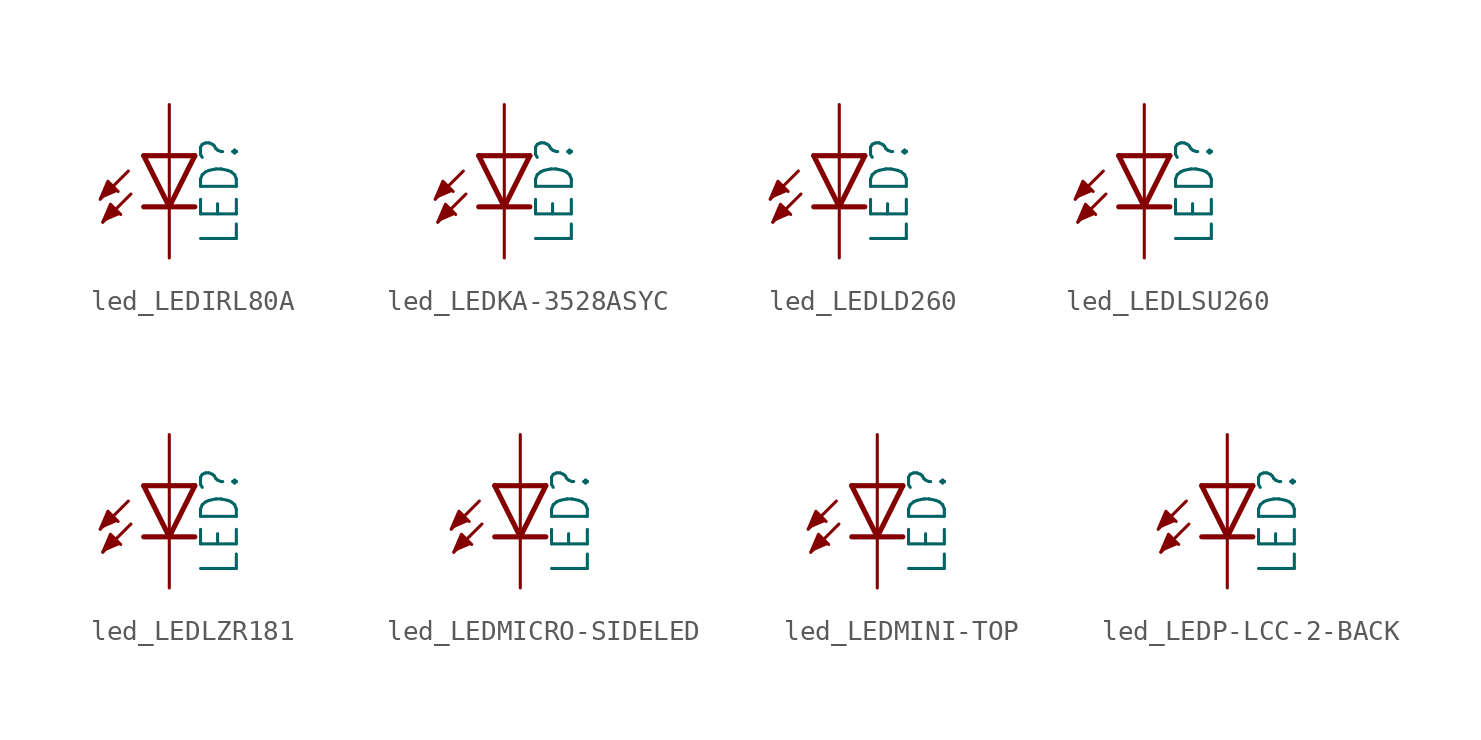
<source format=kicad_sym>
(kicad_symbol_lib
  (version 20231120)
  (generator "kicad_symbol_editor")
  (generator_version "8.0")
  (symbol "led_LEDIRL80A"
    (property "Reference" "LED"
      (at 3.556 -4.572 90)
      (effects (font (size 1.778 1.511)) (justify left bottom)))
    (property "Value" ""
      (at 5.715 -4.572 90)
      (effects (font (size 1.778 1.511)) (justify left bottom)))
    (property "ki_locked" ""
      (at 0 0 0)
      (effects (font (size 1.27 1.27))))
    (symbol "led_LEDIRL80A_1_0"
      (polyline (pts (xy -2.032 -0.762) (xy -3.429 -2.159)) (stroke (width 0.152) (type solid)) (fill (type none)))
      (polyline (pts (xy -1.905 -1.905) (xy -3.302 -3.302)) (stroke (width 0.152) (type solid)) (fill (type none)))
      (polyline (pts (xy 0 -2.54) (xy -1.27 -2.54)) (stroke (width 0.254) (type solid)) (fill (type none)))
      (polyline (pts (xy 0 -2.54) (xy -1.27 0)) (stroke (width 0.254) (type solid)) (fill (type none)))
      (polyline (pts (xy 0 0) (xy -1.27 0)) (stroke (width 0.254) (type solid)) (fill (type none)))
      (polyline (pts (xy 0 0) (xy 0 -2.54)) (stroke (width 0.152) (type solid)) (fill (type none)))
      (polyline (pts (xy 1.27 -2.54) (xy 0 -2.54)) (stroke (width 0.254) (type solid)) (fill (type none)))
      (polyline (pts (xy 1.27 0) (xy 0 -2.54)) (stroke (width 0.254) (type solid)) (fill (type none)))
      (polyline (pts (xy 1.27 0) (xy 0 0)) (stroke (width 0.254) (type solid)) (fill (type none)))
      (polyline (pts (xy -3.429 -2.159) (xy -3.048 -1.27) (xy -2.54 -1.778)) (stroke (width 0.152) (type solid)) (fill (type outline)))
      (polyline (pts (xy -3.302 -3.302) (xy -2.921 -2.413) (xy -2.413 -2.921)) (stroke (width 0.152) (type solid)) (fill (type outline)))
      (pin passive line (at 0 2.54 270) (length 2.54) (name "A" (effects (font (size 0 0)))) (number "A" (effects (font (size 0 0)))))
      (pin passive line (at 0 -5.08 90) (length 2.54) (name "C" (effects (font (size 0 0)))) (number "K" (effects (font (size 0 0)))))))
  (symbol "led_LEDKA-3528ASYC"
    (property "Reference" "LED"
      (at 3.556 -4.572 90)
      (effects (font (size 1.778 1.511)) (justify left bottom)))
    (property "Value" ""
      (at 5.715 -4.572 90)
      (effects (font (size 1.778 1.511)) (justify left bottom)))
    (property "ki_locked" ""
      (at 0 0 0)
      (effects (font (size 1.27 1.27))))
    (symbol "led_LEDKA-3528ASYC_1_0"
      (polyline (pts (xy -2.032 -0.762) (xy -3.429 -2.159)) (stroke (width 0.152) (type solid)) (fill (type none)))
      (polyline (pts (xy -1.905 -1.905) (xy -3.302 -3.302)) (stroke (width 0.152) (type solid)) (fill (type none)))
      (polyline (pts (xy 0 -2.54) (xy -1.27 -2.54)) (stroke (width 0.254) (type solid)) (fill (type none)))
      (polyline (pts (xy 0 -2.54) (xy -1.27 0)) (stroke (width 0.254) (type solid)) (fill (type none)))
      (polyline (pts (xy 0 0) (xy -1.27 0)) (stroke (width 0.254) (type solid)) (fill (type none)))
      (polyline (pts (xy 0 0) (xy 0 -2.54)) (stroke (width 0.152) (type solid)) (fill (type none)))
      (polyline (pts (xy 1.27 -2.54) (xy 0 -2.54)) (stroke (width 0.254) (type solid)) (fill (type none)))
      (polyline (pts (xy 1.27 0) (xy 0 -2.54)) (stroke (width 0.254) (type solid)) (fill (type none)))
      (polyline (pts (xy 1.27 0) (xy 0 0)) (stroke (width 0.254) (type solid)) (fill (type none)))
      (polyline (pts (xy -3.429 -2.159) (xy -3.048 -1.27) (xy -2.54 -1.778)) (stroke (width 0.152) (type solid)) (fill (type outline)))
      (polyline (pts (xy -3.302 -3.302) (xy -2.921 -2.413) (xy -2.413 -2.921)) (stroke (width 0.152) (type solid)) (fill (type outline)))
      (pin passive line (at 0 2.54 270) (length 2.54) (name "A" (effects (font (size 0 0)))) (number "A" (effects (font (size 0 0)))))
      (pin passive line (at 0 -5.08 90) (length 2.54) (name "C" (effects (font (size 0 0)))) (number "C" (effects (font (size 0 0)))))))
  (symbol "led_LEDLD260"
    (property "Reference" "LED"
      (at 3.556 -4.572 90)
      (effects (font (size 1.778 1.511)) (justify left bottom)))
    (property "Value" ""
      (at 5.715 -4.572 90)
      (effects (font (size 1.778 1.511)) (justify left bottom)))
    (property "ki_locked" ""
      (at 0 0 0)
      (effects (font (size 1.27 1.27))))
    (symbol "led_LEDLD260_1_0"
      (polyline (pts (xy -2.032 -0.762) (xy -3.429 -2.159)) (stroke (width 0.152) (type solid)) (fill (type none)))
      (polyline (pts (xy -1.905 -1.905) (xy -3.302 -3.302)) (stroke (width 0.152) (type solid)) (fill (type none)))
      (polyline (pts (xy 0 -2.54) (xy -1.27 -2.54)) (stroke (width 0.254) (type solid)) (fill (type none)))
      (polyline (pts (xy 0 -2.54) (xy -1.27 0)) (stroke (width 0.254) (type solid)) (fill (type none)))
      (polyline (pts (xy 0 0) (xy -1.27 0)) (stroke (width 0.254) (type solid)) (fill (type none)))
      (polyline (pts (xy 0 0) (xy 0 -2.54)) (stroke (width 0.152) (type solid)) (fill (type none)))
      (polyline (pts (xy 1.27 -2.54) (xy 0 -2.54)) (stroke (width 0.254) (type solid)) (fill (type none)))
      (polyline (pts (xy 1.27 0) (xy 0 -2.54)) (stroke (width 0.254) (type solid)) (fill (type none)))
      (polyline (pts (xy 1.27 0) (xy 0 0)) (stroke (width 0.254) (type solid)) (fill (type none)))
      (polyline (pts (xy -3.429 -2.159) (xy -3.048 -1.27) (xy -2.54 -1.778)) (stroke (width 0.152) (type solid)) (fill (type outline)))
      (polyline (pts (xy -3.302 -3.302) (xy -2.921 -2.413) (xy -2.413 -2.921)) (stroke (width 0.152) (type solid)) (fill (type outline)))
      (pin passive line (at 0 2.54 270) (length 2.54) (name "A" (effects (font (size 0 0)))) (number "A" (effects (font (size 0 0)))))
      (pin passive line (at 0 -5.08 90) (length 2.54) (name "C" (effects (font (size 0 0)))) (number "K" (effects (font (size 0 0)))))))
  (symbol "led_LEDLSU260"
    (property "Reference" "LED"
      (at 3.556 -4.572 90)
      (effects (font (size 1.778 1.511)) (justify left bottom)))
    (property "Value" ""
      (at 5.715 -4.572 90)
      (effects (font (size 1.778 1.511)) (justify left bottom)))
    (property "ki_locked" ""
      (at 0 0 0)
      (effects (font (size 1.27 1.27))))
    (symbol "led_LEDLSU260_1_0"
      (polyline (pts (xy -2.032 -0.762) (xy -3.429 -2.159)) (stroke (width 0.152) (type solid)) (fill (type none)))
      (polyline (pts (xy -1.905 -1.905) (xy -3.302 -3.302)) (stroke (width 0.152) (type solid)) (fill (type none)))
      (polyline (pts (xy 0 -2.54) (xy -1.27 -2.54)) (stroke (width 0.254) (type solid)) (fill (type none)))
      (polyline (pts (xy 0 -2.54) (xy -1.27 0)) (stroke (width 0.254) (type solid)) (fill (type none)))
      (polyline (pts (xy 0 0) (xy -1.27 0)) (stroke (width 0.254) (type solid)) (fill (type none)))
      (polyline (pts (xy 0 0) (xy 0 -2.54)) (stroke (width 0.152) (type solid)) (fill (type none)))
      (polyline (pts (xy 1.27 -2.54) (xy 0 -2.54)) (stroke (width 0.254) (type solid)) (fill (type none)))
      (polyline (pts (xy 1.27 0) (xy 0 -2.54)) (stroke (width 0.254) (type solid)) (fill (type none)))
      (polyline (pts (xy 1.27 0) (xy 0 0)) (stroke (width 0.254) (type solid)) (fill (type none)))
      (polyline (pts (xy -3.429 -2.159) (xy -3.048 -1.27) (xy -2.54 -1.778)) (stroke (width 0.152) (type solid)) (fill (type outline)))
      (polyline (pts (xy -3.302 -3.302) (xy -2.921 -2.413) (xy -2.413 -2.921)) (stroke (width 0.152) (type solid)) (fill (type outline)))
      (pin passive line (at 0 2.54 270) (length 2.54) (name "A" (effects (font (size 0 0)))) (number "A" (effects (font (size 0 0)))))
      (pin passive line (at 0 -5.08 90) (length 2.54) (name "C" (effects (font (size 0 0)))) (number "K" (effects (font (size 0 0)))))))
  (symbol "led_LEDLZR181"
    (property "Reference" "LED"
      (at 3.556 -4.572 90)
      (effects (font (size 1.778 1.511)) (justify left bottom)))
    (property "Value" ""
      (at 5.715 -4.572 90)
      (effects (font (size 1.778 1.511)) (justify left bottom)))
    (property "ki_locked" ""
      (at 0 0 0)
      (effects (font (size 1.27 1.27))))
    (symbol "led_LEDLZR181_1_0"
      (polyline (pts (xy -2.032 -0.762) (xy -3.429 -2.159)) (stroke (width 0.152) (type solid)) (fill (type none)))
      (polyline (pts (xy -1.905 -1.905) (xy -3.302 -3.302)) (stroke (width 0.152) (type solid)) (fill (type none)))
      (polyline (pts (xy 0 -2.54) (xy -1.27 -2.54)) (stroke (width 0.254) (type solid)) (fill (type none)))
      (polyline (pts (xy 0 -2.54) (xy -1.27 0)) (stroke (width 0.254) (type solid)) (fill (type none)))
      (polyline (pts (xy 0 0) (xy -1.27 0)) (stroke (width 0.254) (type solid)) (fill (type none)))
      (polyline (pts (xy 0 0) (xy 0 -2.54)) (stroke (width 0.152) (type solid)) (fill (type none)))
      (polyline (pts (xy 1.27 -2.54) (xy 0 -2.54)) (stroke (width 0.254) (type solid)) (fill (type none)))
      (polyline (pts (xy 1.27 0) (xy 0 -2.54)) (stroke (width 0.254) (type solid)) (fill (type none)))
      (polyline (pts (xy 1.27 0) (xy 0 0)) (stroke (width 0.254) (type solid)) (fill (type none)))
      (polyline (pts (xy -3.429 -2.159) (xy -3.048 -1.27) (xy -2.54 -1.778)) (stroke (width 0.152) (type solid)) (fill (type outline)))
      (polyline (pts (xy -3.302 -3.302) (xy -2.921 -2.413) (xy -2.413 -2.921)) (stroke (width 0.152) (type solid)) (fill (type outline)))
      (pin passive line (at 0 2.54 270) (length 2.54) (name "A" (effects (font (size 0 0)))) (number "A" (effects (font (size 0 0)))))
      (pin passive line (at 0 -5.08 90) (length 2.54) (name "C" (effects (font (size 0 0)))) (number "K" (effects (font (size 0 0)))))))
  (symbol "led_LEDMICRO-SIDELED"
    (property "Reference" "LED"
      (at 3.556 -4.572 90)
      (effects (font (size 1.778 1.511)) (justify left bottom)))
    (property "Value" ""
      (at 5.715 -4.572 90)
      (effects (font (size 1.778 1.511)) (justify left bottom)))
    (property "ki_locked" ""
      (at 0 0 0)
      (effects (font (size 1.27 1.27))))
    (symbol "led_LEDMICRO-SIDELED_1_0"
      (polyline (pts (xy -2.032 -0.762) (xy -3.429 -2.159)) (stroke (width 0.152) (type solid)) (fill (type none)))
      (polyline (pts (xy -1.905 -1.905) (xy -3.302 -3.302)) (stroke (width 0.152) (type solid)) (fill (type none)))
      (polyline (pts (xy 0 -2.54) (xy -1.27 -2.54)) (stroke (width 0.254) (type solid)) (fill (type none)))
      (polyline (pts (xy 0 -2.54) (xy -1.27 0)) (stroke (width 0.254) (type solid)) (fill (type none)))
      (polyline (pts (xy 0 0) (xy -1.27 0)) (stroke (width 0.254) (type solid)) (fill (type none)))
      (polyline (pts (xy 0 0) (xy 0 -2.54)) (stroke (width 0.152) (type solid)) (fill (type none)))
      (polyline (pts (xy 1.27 -2.54) (xy 0 -2.54)) (stroke (width 0.254) (type solid)) (fill (type none)))
      (polyline (pts (xy 1.27 0) (xy 0 -2.54)) (stroke (width 0.254) (type solid)) (fill (type none)))
      (polyline (pts (xy 1.27 0) (xy 0 0)) (stroke (width 0.254) (type solid)) (fill (type none)))
      (polyline (pts (xy -3.429 -2.159) (xy -3.048 -1.27) (xy -2.54 -1.778)) (stroke (width 0.152) (type solid)) (fill (type outline)))
      (polyline (pts (xy -3.302 -3.302) (xy -2.921 -2.413) (xy -2.413 -2.921)) (stroke (width 0.152) (type solid)) (fill (type outline)))
      (pin passive line (at 0 2.54 270) (length 2.54) (name "A" (effects (font (size 0 0)))) (number "A" (effects (font (size 0 0)))))
      (pin passive line (at 0 -5.08 90) (length 2.54) (name "C" (effects (font (size 0 0)))) (number "C" (effects (font (size 0 0)))))))
  (symbol "led_LEDMINI-TOP"
    (property "Reference" "LED"
      (at 3.556 -4.572 90)
      (effects (font (size 1.778 1.511)) (justify left bottom)))
    (property "Value" ""
      (at 5.715 -4.572 90)
      (effects (font (size 1.778 1.511)) (justify left bottom)))
    (property "ki_locked" ""
      (at 0 0 0)
      (effects (font (size 1.27 1.27))))
    (symbol "led_LEDMINI-TOP_1_0"
      (polyline (pts (xy -2.032 -0.762) (xy -3.429 -2.159)) (stroke (width 0.152) (type solid)) (fill (type none)))
      (polyline (pts (xy -1.905 -1.905) (xy -3.302 -3.302)) (stroke (width 0.152) (type solid)) (fill (type none)))
      (polyline (pts (xy 0 -2.54) (xy -1.27 -2.54)) (stroke (width 0.254) (type solid)) (fill (type none)))
      (polyline (pts (xy 0 -2.54) (xy -1.27 0)) (stroke (width 0.254) (type solid)) (fill (type none)))
      (polyline (pts (xy 0 0) (xy -1.27 0)) (stroke (width 0.254) (type solid)) (fill (type none)))
      (polyline (pts (xy 0 0) (xy 0 -2.54)) (stroke (width 0.152) (type solid)) (fill (type none)))
      (polyline (pts (xy 1.27 -2.54) (xy 0 -2.54)) (stroke (width 0.254) (type solid)) (fill (type none)))
      (polyline (pts (xy 1.27 0) (xy 0 -2.54)) (stroke (width 0.254) (type solid)) (fill (type none)))
      (polyline (pts (xy 1.27 0) (xy 0 0)) (stroke (width 0.254) (type solid)) (fill (type none)))
      (polyline (pts (xy -3.429 -2.159) (xy -3.048 -1.27) (xy -2.54 -1.778)) (stroke (width 0.152) (type solid)) (fill (type outline)))
      (polyline (pts (xy -3.302 -3.302) (xy -2.921 -2.413) (xy -2.413 -2.921)) (stroke (width 0.152) (type solid)) (fill (type outline)))
      (pin passive line (at 0 2.54 270) (length 2.54) (name "A" (effects (font (size 0 0)))) (number "A" (effects (font (size 0 0)))))
      (pin passive line (at 0 -5.08 90) (length 2.54) (name "C" (effects (font (size 0 0)))) (number "C" (effects (font (size 0 0)))))))
  (symbol "led_LEDP-LCC-2-BACK"
    (property "Reference" "LED"
      (at 3.556 -4.572 90)
      (effects (font (size 1.778 1.511)) (justify left bottom)))
    (property "Value" ""
      (at 5.715 -4.572 90)
      (effects (font (size 1.778 1.511)) (justify left bottom)))
    (property "ki_locked" ""
      (at 0 0 0)
      (effects (font (size 1.27 1.27))))
    (symbol "led_LEDP-LCC-2-BACK_1_0"
      (polyline (pts (xy -2.032 -0.762) (xy -3.429 -2.159)) (stroke (width 0.152) (type solid)) (fill (type none)))
      (polyline (pts (xy -1.905 -1.905) (xy -3.302 -3.302)) (stroke (width 0.152) (type solid)) (fill (type none)))
      (polyline (pts (xy 0 -2.54) (xy -1.27 -2.54)) (stroke (width 0.254) (type solid)) (fill (type none)))
      (polyline (pts (xy 0 -2.54) (xy -1.27 0)) (stroke (width 0.254) (type solid)) (fill (type none)))
      (polyline (pts (xy 0 0) (xy -1.27 0)) (stroke (width 0.254) (type solid)) (fill (type none)))
      (polyline (pts (xy 0 0) (xy 0 -2.54)) (stroke (width 0.152) (type solid)) (fill (type none)))
      (polyline (pts (xy 1.27 -2.54) (xy 0 -2.54)) (stroke (width 0.254) (type solid)) (fill (type none)))
      (polyline (pts (xy 1.27 0) (xy 0 -2.54)) (stroke (width 0.254) (type solid)) (fill (type none)))
      (polyline (pts (xy 1.27 0) (xy 0 0)) (stroke (width 0.254) (type solid)) (fill (type none)))
      (polyline (pts (xy -3.429 -2.159) (xy -3.048 -1.27) (xy -2.54 -1.778)) (stroke (width 0.152) (type solid)) (fill (type outline)))
      (polyline (pts (xy -3.302 -3.302) (xy -2.921 -2.413) (xy -2.413 -2.921)) (stroke (width 0.152) (type solid)) (fill (type outline)))
      (pin passive line (at 0 2.54 270) (length 2.54) (name "A" (effects (font (size 0 0)))) (number "A" (effects (font (size 0 0)))))
      (pin passive line (at 0 -5.08 90) (length 2.54) (name "C" (effects (font (size 0 0)))) (number "C" (effects (font (size 0 0))))))))
</source>
